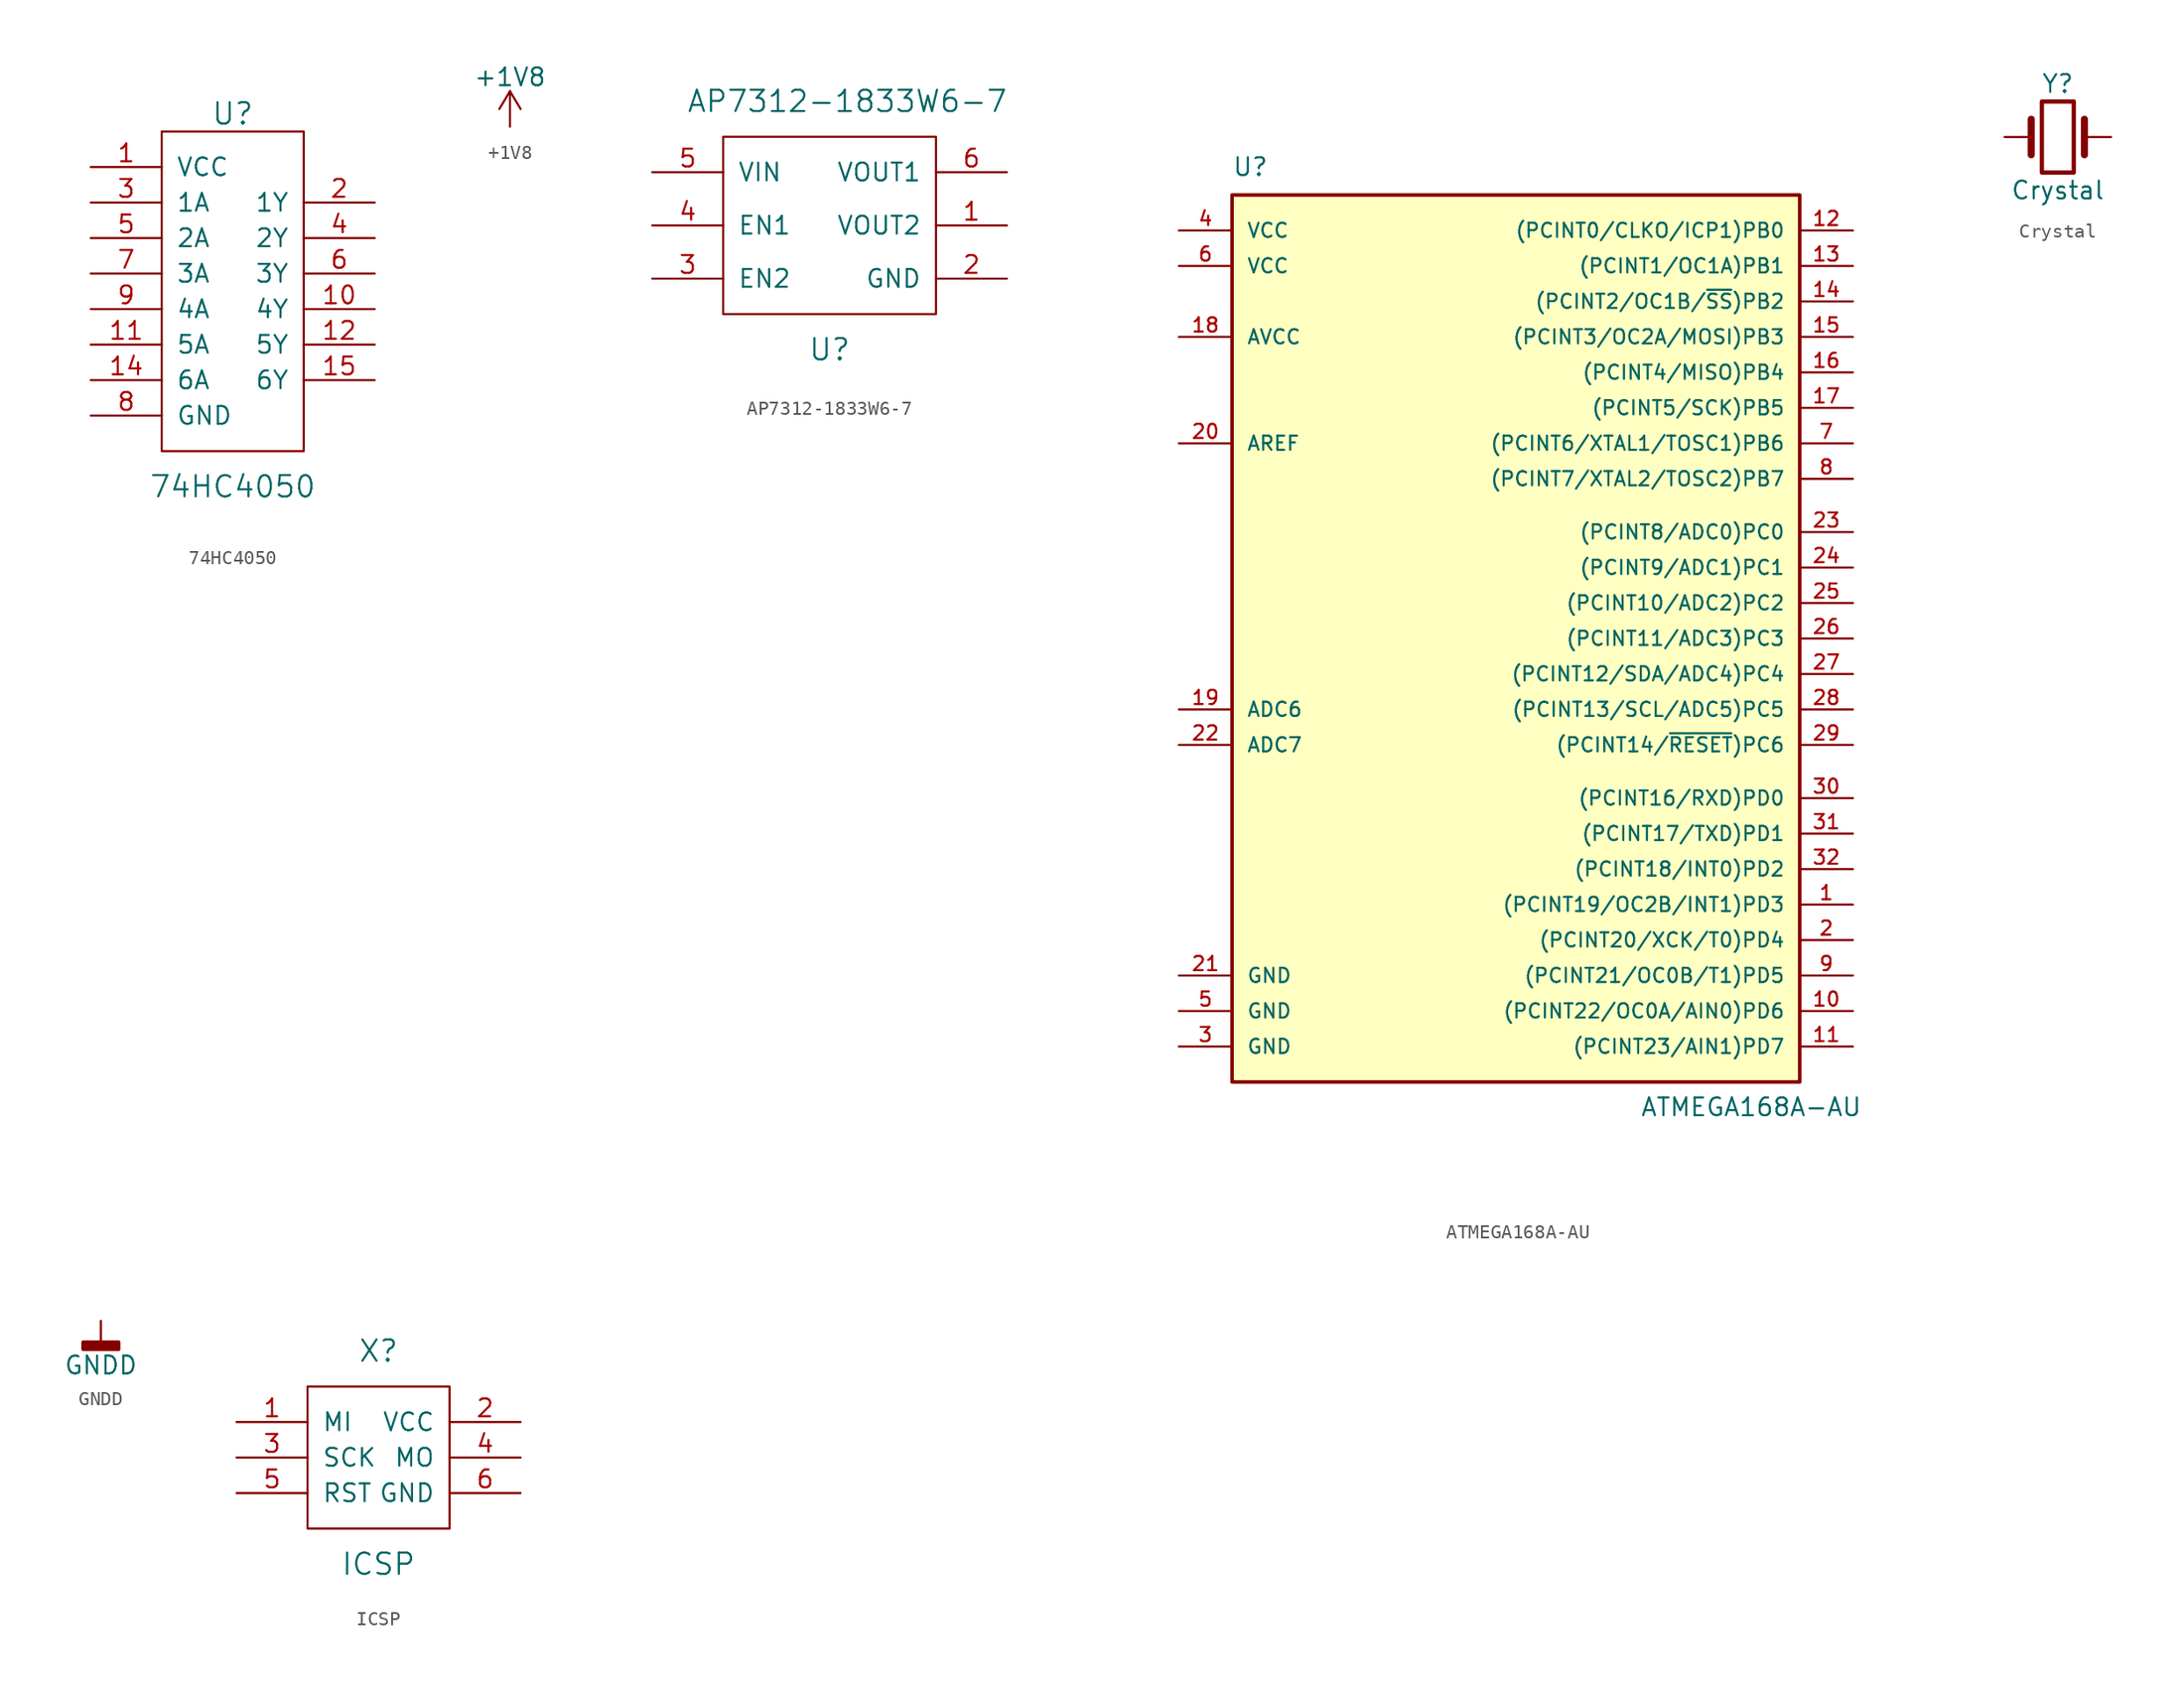
<source format=kicad_sym>
(kicad_symbol_lib
  (version 20231120)
  (generator "kicad_symbol_editor")
  (generator_version "8.0")
  (symbol "74HC4050"
    (pin_names
      (offset 1.016))
    (property "Reference" "U"
      (at 0 12.7 0)
      (effects (font (size 1.524 1.524))))
    (property "Value" "74HC4050"
      (at 0 -13.97 0)
      (effects (font (size 1.524 1.524))))
    (symbol "74HC4050_0_1"
      (rectangle (start -5.08 11.43) (end 5.08 -11.43) (stroke (width 0) (type solid)) (fill (type none))))
    (symbol "74HC4050_1_1"
      (pin power_in line (at -10.16 8.89 0) (length 5.08) (name "VCC" (effects (font (size 1.27 1.27)))) (number "1" (effects (font (size 1.27 1.27)))))
      (pin output line (at 10.16 -1.27 180) (length 5.08) (name "4Y" (effects (font (size 1.27 1.27)))) (number "10" (effects (font (size 1.27 1.27)))))
      (pin input line (at -10.16 -3.81 0) (length 5.08) (name "5A" (effects (font (size 1.27 1.27)))) (number "11" (effects (font (size 1.27 1.27)))))
      (pin output line (at 10.16 -3.81 180) (length 5.08) (name "5Y" (effects (font (size 1.27 1.27)))) (number "12" (effects (font (size 1.27 1.27)))))
      (pin input line (at -10.16 -6.35 0) (length 5.08) (name "6A" (effects (font (size 1.27 1.27)))) (number "14" (effects (font (size 1.27 1.27)))))
      (pin output line (at 10.16 -6.35 180) (length 5.08) (name "6Y" (effects (font (size 1.27 1.27)))) (number "15" (effects (font (size 1.27 1.27)))))
      (pin output line (at 10.16 6.35 180) (length 5.08) (name "1Y" (effects (font (size 1.27 1.27)))) (number "2" (effects (font (size 1.27 1.27)))))
      (pin input line (at -10.16 6.35 0) (length 5.08) (name "1A" (effects (font (size 1.27 1.27)))) (number "3" (effects (font (size 1.27 1.27)))))
      (pin output line (at 10.16 3.81 180) (length 5.08) (name "2Y" (effects (font (size 1.27 1.27)))) (number "4" (effects (font (size 1.27 1.27)))))
      (pin input line (at -10.16 3.81 0) (length 5.08) (name "2A" (effects (font (size 1.27 1.27)))) (number "5" (effects (font (size 1.27 1.27)))))
      (pin output line (at 10.16 1.27 180) (length 5.08) (name "3Y" (effects (font (size 1.27 1.27)))) (number "6" (effects (font (size 1.27 1.27)))))
      (pin input line (at -10.16 1.27 0) (length 5.08) (name "3A" (effects (font (size 1.27 1.27)))) (number "7" (effects (font (size 1.27 1.27)))))
      (pin power_in line (at -10.16 -8.89 0) (length 5.08) (name "GND" (effects (font (size 1.27 1.27)))) (number "8" (effects (font (size 1.27 1.27)))))
      (pin input line (at -10.16 -1.27 0) (length 5.08) (name "4A" (effects (font (size 1.27 1.27)))) (number "9" (effects (font (size 1.27 1.27)))))))
  (symbol "+1V8"
    (power)
    (pin_names
      (offset 0))
    (property "Reference" "#PWR"
      (at 0 -3.81 0)
      (effects (font (size 1.27 1.27)) (hide yes)))
    (property "Value" "+1V8"
      (at 0 3.556 0)
      (effects (font (size 1.27 1.27))))
    (symbol "+1V8_0_1"
      (polyline (pts (xy -0.762 1.27) (xy 0 2.54)) (stroke (width 0) (type solid)) (fill (type none)))
      (polyline (pts (xy 0 0) (xy 0 2.54)) (stroke (width 0) (type solid)) (fill (type none)))
      (polyline (pts (xy 0 2.54) (xy 0.762 1.27)) (stroke (width 0) (type solid)) (fill (type none))))
    (symbol "+1V8_1_1"
      (pin power_in line (at 0 0 90) (length 0) hide (name "+1V8" (effects (font (size 1.27 1.27)))) (number "1" (effects (font (size 1.27 1.27)))))))
  (symbol "AP7312-1833W6-7"
    (pin_names
      (offset 1.016))
    (property "Reference" "U"
      (at 0 -8.89 0)
      (effects (font (size 1.524 1.524))))
    (property "Value" "AP7312-1833W6-7"
      (at 1.27 8.89 0)
      (effects (font (size 1.524 1.524))))
    (symbol "AP7312-1833W6-7_0_1"
      (rectangle (start -7.62 6.35) (end 7.62 -6.35) (stroke (width 0) (type solid)) (fill (type none))))
    (symbol "AP7312-1833W6-7_1_1"
      (pin power_out line (at 12.7 0 180) (length 5.08) (name "VOUT2" (effects (font (size 1.27 1.27)))) (number "1" (effects (font (size 1.27 1.27)))))
      (pin power_in line (at 12.7 -3.81 180) (length 5.08) (name "GND" (effects (font (size 1.27 1.27)))) (number "2" (effects (font (size 1.27 1.27)))))
      (pin input line (at -12.7 -3.81 0) (length 5.08) (name "EN2" (effects (font (size 1.27 1.27)))) (number "3" (effects (font (size 1.27 1.27)))))
      (pin input line (at -12.7 0 0) (length 5.08) (name "EN1" (effects (font (size 1.27 1.27)))) (number "4" (effects (font (size 1.27 1.27)))))
      (pin power_in line (at -12.7 3.81 0) (length 5.08) (name "VIN" (effects (font (size 1.27 1.27)))) (number "5" (effects (font (size 1.27 1.27)))))
      (pin power_out line (at 12.7 3.81 180) (length 5.08) (name "VOUT1" (effects (font (size 1.27 1.27)))) (number "6" (effects (font (size 1.27 1.27)))))))
  (symbol "ATMEGA168A-AU"
    (pin_names
      (offset 1.016))
    (property "Reference" "U"
      (at -19.05 31.75 0)
      (effects (font (size 1.27 1.27)) (justify left bottom)))
    (property "Value" "ATMEGA168A-AU"
      (at 10.16 -35.56 0)
      (effects (font (size 1.27 1.27)) (justify left bottom)))
    (symbol "ATMEGA168A-AU_0_1"
      (rectangle (start -19.05 30.48) (end 21.59 -33.02) (stroke (width 0.254) (type solid)) (fill (type background))))
    (symbol "ATMEGA168A-AU_1_1"
      (pin bidirectional line (at 25.4 -20.32 180) (length 3.81) (name "(PCINT19/OC2B/INT1)PD3" (effects (font (size 1.016 1.016)))) (number "1" (effects (font (size 1.016 1.016)))))
      (pin bidirectional line (at 25.4 -27.94 180) (length 3.81) (name "(PCINT22/OC0A/AIN0)PD6" (effects (font (size 1.016 1.016)))) (number "10" (effects (font (size 1.016 1.016)))))
      (pin bidirectional line (at 25.4 -30.48 180) (length 3.81) (name "(PCINT23/AIN1)PD7" (effects (font (size 1.016 1.016)))) (number "11" (effects (font (size 1.016 1.016)))))
      (pin bidirectional line (at 25.4 27.94 180) (length 3.81) (name "(PCINT0/CLKO/ICP1)PB0" (effects (font (size 1.016 1.016)))) (number "12" (effects (font (size 1.016 1.016)))))
      (pin bidirectional line (at 25.4 25.4 180) (length 3.81) (name "(PCINT1/OC1A)PB1" (effects (font (size 1.016 1.016)))) (number "13" (effects (font (size 1.016 1.016)))))
      (pin bidirectional line (at 25.4 22.86 180) (length 3.81) (name "(PCINT2/OC1B/~{SS})PB2" (effects (font (size 1.016 1.016)))) (number "14" (effects (font (size 1.016 1.016)))))
      (pin bidirectional line (at 25.4 20.32 180) (length 3.81) (name "(PCINT3/OC2A/MOSI)PB3" (effects (font (size 1.016 1.016)))) (number "15" (effects (font (size 1.016 1.016)))))
      (pin bidirectional line (at 25.4 17.78 180) (length 3.81) (name "(PCINT4/MISO)PB4" (effects (font (size 1.016 1.016)))) (number "16" (effects (font (size 1.016 1.016)))))
      (pin bidirectional line (at 25.4 15.24 180) (length 3.81) (name "(PCINT5/SCK)PB5" (effects (font (size 1.016 1.016)))) (number "17" (effects (font (size 1.016 1.016)))))
      (pin power_in line (at -22.86 20.32 0) (length 3.81) (name "AVCC" (effects (font (size 1.016 1.016)))) (number "18" (effects (font (size 1.016 1.016)))))
      (pin input line (at -22.86 -6.35 0) (length 3.81) (name "ADC6" (effects (font (size 1.016 1.016)))) (number "19" (effects (font (size 1.016 1.016)))))
      (pin bidirectional line (at 25.4 -22.86 180) (length 3.81) (name "(PCINT20/XCK/T0)PD4" (effects (font (size 1.016 1.016)))) (number "2" (effects (font (size 1.016 1.016)))))
      (pin bidirectional line (at -22.86 12.7 0) (length 3.81) (name "AREF" (effects (font (size 1.016 1.016)))) (number "20" (effects (font (size 1.016 1.016)))))
      (pin power_in line (at -22.86 -25.4 0) (length 3.81) (name "GND" (effects (font (size 1.016 1.016)))) (number "21" (effects (font (size 1.016 1.016)))))
      (pin input line (at -22.86 -8.89 0) (length 3.81) (name "ADC7" (effects (font (size 1.016 1.016)))) (number "22" (effects (font (size 1.016 1.016)))))
      (pin bidirectional line (at 25.4 6.35 180) (length 3.81) (name "(PCINT8/ADC0)PC0" (effects (font (size 1.016 1.016)))) (number "23" (effects (font (size 1.016 1.016)))))
      (pin bidirectional line (at 25.4 3.81 180) (length 3.81) (name "(PCINT9/ADC1)PC1" (effects (font (size 1.016 1.016)))) (number "24" (effects (font (size 1.016 1.016)))))
      (pin bidirectional line (at 25.4 1.27 180) (length 3.81) (name "(PCINT10/ADC2)PC2" (effects (font (size 1.016 1.016)))) (number "25" (effects (font (size 1.016 1.016)))))
      (pin bidirectional line (at 25.4 -1.27 180) (length 3.81) (name "(PCINT11/ADC3)PC3" (effects (font (size 1.016 1.016)))) (number "26" (effects (font (size 1.016 1.016)))))
      (pin bidirectional line (at 25.4 -3.81 180) (length 3.81) (name "(PCINT12/SDA/ADC4)PC4" (effects (font (size 1.016 1.016)))) (number "27" (effects (font (size 1.016 1.016)))))
      (pin bidirectional line (at 25.4 -6.35 180) (length 3.81) (name "(PCINT13/SCL/ADC5)PC5" (effects (font (size 1.016 1.016)))) (number "28" (effects (font (size 1.016 1.016)))))
      (pin bidirectional line (at 25.4 -8.89 180) (length 3.81) (name "(PCINT14/~{RESET})PC6" (effects (font (size 1.016 1.016)))) (number "29" (effects (font (size 1.016 1.016)))))
      (pin power_in line (at -22.86 -30.48 0) (length 3.81) (name "GND" (effects (font (size 1.016 1.016)))) (number "3" (effects (font (size 1.016 1.016)))))
      (pin bidirectional line (at 25.4 -12.7 180) (length 3.81) (name "(PCINT16/RXD)PD0" (effects (font (size 1.016 1.016)))) (number "30" (effects (font (size 1.016 1.016)))))
      (pin bidirectional line (at 25.4 -15.24 180) (length 3.81) (name "(PCINT17/TXD)PD1" (effects (font (size 1.016 1.016)))) (number "31" (effects (font (size 1.016 1.016)))))
      (pin bidirectional line (at 25.4 -17.78 180) (length 3.81) (name "(PCINT18/INT0)PD2" (effects (font (size 1.016 1.016)))) (number "32" (effects (font (size 1.016 1.016)))))
      (pin power_in line (at -22.86 27.94 0) (length 3.81) (name "VCC" (effects (font (size 1.016 1.016)))) (number "4" (effects (font (size 1.016 1.016)))))
      (pin power_in line (at -22.86 -27.94 0) (length 3.81) (name "GND" (effects (font (size 1.016 1.016)))) (number "5" (effects (font (size 1.016 1.016)))))
      (pin power_in line (at -22.86 25.4 0) (length 3.81) (name "VCC" (effects (font (size 1.016 1.016)))) (number "6" (effects (font (size 1.016 1.016)))))
      (pin bidirectional line (at 25.4 12.7 180) (length 3.81) (name "(PCINT6/XTAL1/TOSC1)PB6" (effects (font (size 1.016 1.016)))) (number "7" (effects (font (size 1.016 1.016)))))
      (pin bidirectional line (at 25.4 10.16 180) (length 3.81) (name "(PCINT7/XTAL2/TOSC2)PB7" (effects (font (size 1.016 1.016)))) (number "8" (effects (font (size 1.016 1.016)))))
      (pin bidirectional line (at 25.4 -25.4 180) (length 3.81) (name "(PCINT21/OC0B/T1)PD5" (effects (font (size 1.016 1.016)))) (number "9" (effects (font (size 1.016 1.016)))))))
  (symbol "Crystal"
    (pin_numbers hide)
    (pin_names
      (offset 1.016) hide)
    (property "Reference" "Y"
      (at 0 3.81 0)
      (effects (font (size 1.27 1.27))))
    (property "Value" "Crystal"
      (at 0 -3.81 0)
      (effects (font (size 1.27 1.27))))
    (symbol "Crystal_0_1"
      (rectangle (start -1.143 2.54) (end 1.143 -2.54) (stroke (width 0.305) (type solid)) (fill (type none)))
      (polyline (pts (xy -2.54 0) (xy -1.905 0)) (stroke (width 0) (type solid)) (fill (type none)))
      (polyline (pts (xy -1.905 -1.27) (xy -1.905 1.27)) (stroke (width 0.508) (type solid)) (fill (type none)))
      (polyline (pts (xy 1.905 -1.27) (xy 1.905 1.27)) (stroke (width 0.508) (type solid)) (fill (type none)))
      (polyline (pts (xy 2.54 0) (xy 1.905 0)) (stroke (width 0) (type solid)) (fill (type none))))
    (symbol "Crystal_1_1"
      (pin passive line (at -3.81 0 0) (length 1.27) (name "1" (effects (font (size 1.27 1.27)))) (number "1" (effects (font (size 1.27 1.27)))))
      (pin passive line (at 3.81 0 180) (length 1.27) (name "2" (effects (font (size 1.27 1.27)))) (number "2" (effects (font (size 1.27 1.27)))))))
  (symbol "GNDD"
    (power)
    (pin_names
      (offset 0))
    (property "Reference" "#PWR"
      (at 0 -6.35 0)
      (effects (font (size 1.27 1.27)) (hide yes)))
    (property "Value" "GNDD"
      (at 0 -3.175 0)
      (effects (font (size 1.27 1.27))))
    (symbol "GNDD_0_1"
      (rectangle (start -1.27 -1.524) (end 1.27 -2.032) (stroke (width 0.254) (type solid)) (fill (type outline)))
      (polyline (pts (xy 0 0) (xy 0 -1.524)) (stroke (width 0) (type solid)) (fill (type none))))
    (symbol "GNDD_1_1"
      (pin power_in line (at 0 0 270) (length 0) hide (name "GNDD" (effects (font (size 1.27 1.27)))) (number "1" (effects (font (size 1.27 1.27)))))))
  (symbol "ICSP"
    (pin_names
      (offset 1.016))
    (property "Reference" "X"
      (at 0 7.62 0)
      (effects (font (size 1.524 1.524))))
    (property "Value" "ICSP"
      (at 0 -7.62 0)
      (effects (font (size 1.524 1.524))))
    (symbol "ICSP_0_1"
      (rectangle (start -5.08 5.08) (end 5.08 -5.08) (stroke (width 0) (type solid)) (fill (type none))))
    (symbol "ICSP_1_1"
      (pin input line (at -10.16 2.54 0) (length 5.08) (name "MI" (effects (font (size 1.27 1.27)))) (number "1" (effects (font (size 1.27 1.27)))))
      (pin passive line (at 10.16 2.54 180) (length 5.08) (name "VCC" (effects (font (size 1.27 1.27)))) (number "2" (effects (font (size 1.27 1.27)))))
      (pin unspecified line (at -10.16 0 0) (length 5.08) (name "SCK" (effects (font (size 1.27 1.27)))) (number "3" (effects (font (size 1.27 1.27)))))
      (pin unspecified line (at 10.16 0 180) (length 5.08) (name "MO" (effects (font (size 1.27 1.27)))) (number "4" (effects (font (size 1.27 1.27)))))
      (pin unspecified line (at -10.16 -2.54 0) (length 5.08) (name "RST" (effects (font (size 1.27 1.27)))) (number "5" (effects (font (size 1.27 1.27)))))
      (pin passive line (at 10.16 -2.54 180) (length 5.08) (name "GND" (effects (font (size 1.27 1.27)))) (number "6" (effects (font (size 1.27 1.27))))))))
</source>
